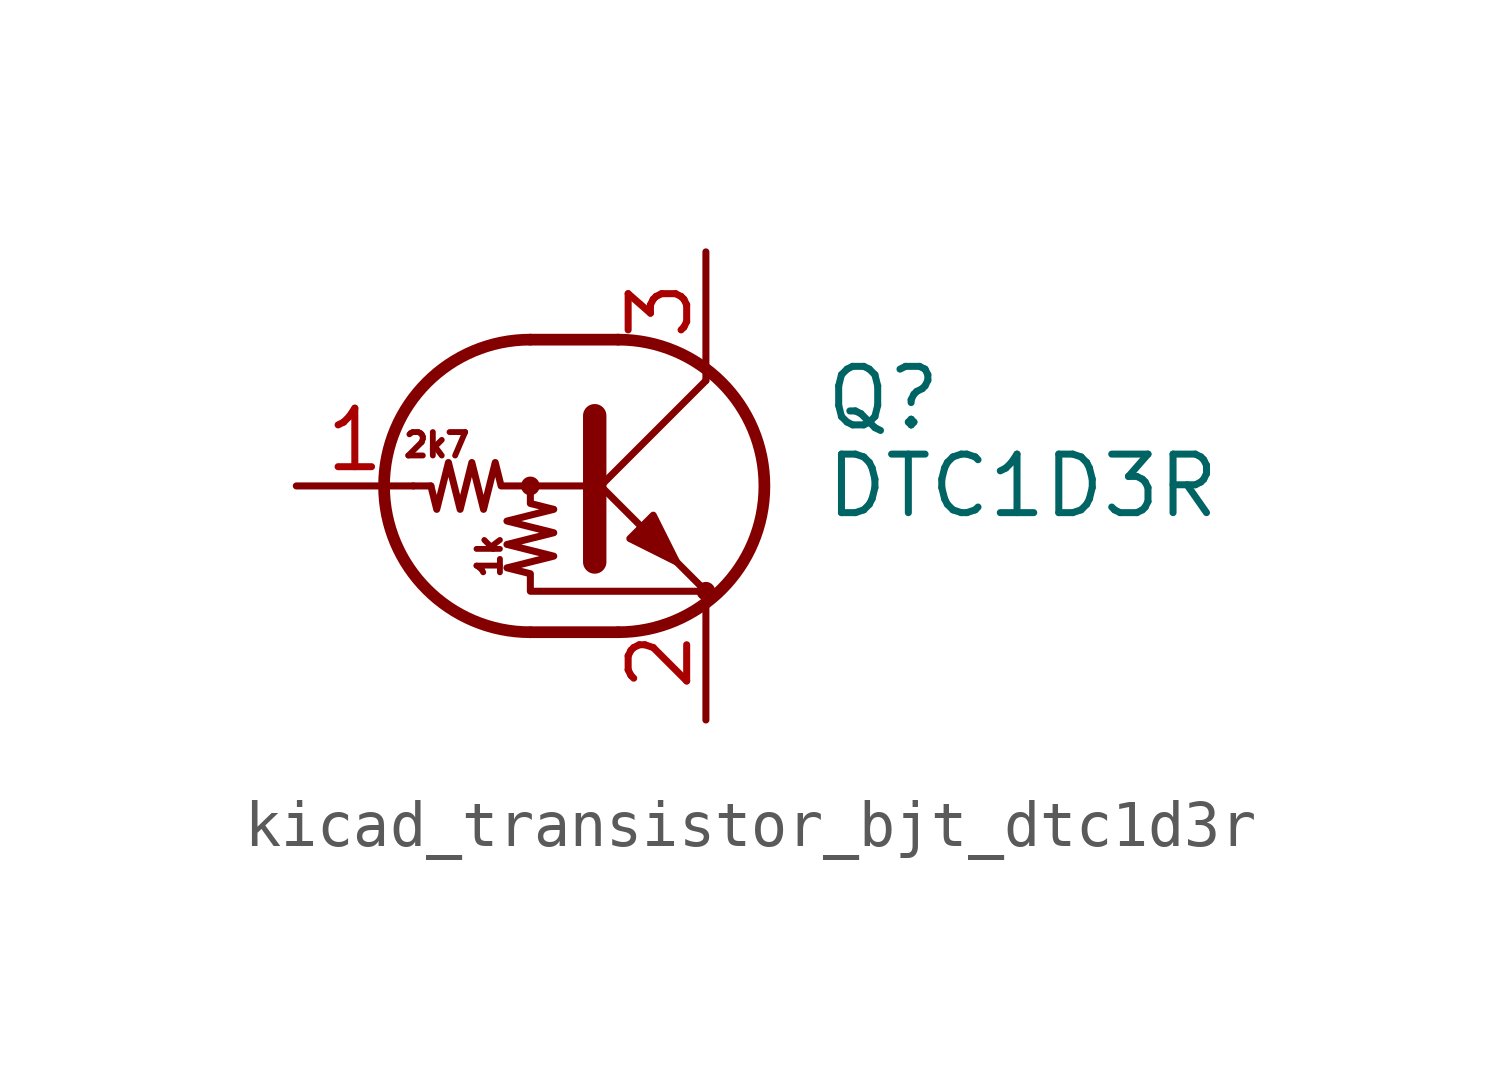
<source format=kicad_sym>
(kicad_symbol_lib
  (version 20220914)
  (generator kicad_symbol_editor)
  (symbol "kicad_transistor_bjt_dtc1d3r"
    (pin_names
      (offset 0) hide)
    (property "Reference" "Q"
      (at 5.08 1.905 0)
      (effects (font (size 1.27 1.27)) (justify left)))
    (property "Value" "DTC1D3R"
      (at 5.08 0 0)
      (effects (font (size 1.27 1.27)) (justify left)))
    (symbol "kicad_transistor_bjt_dtc1d3r_0_0"
      (text "1k" (at -2.159 -1.524 900) (effects (font (size 0.508 0.508))))
      (text "2k7" (at -3.302 0.889 0) (effects (font (size 0.508 0.508)))))
    (symbol "kicad_transistor_bjt_dtc1d3r_0_1"
      (circle (center -1.27 0) (radius 0.127) (stroke (width 0) (type default)) (fill (type none)))
      (arc (start -1.27 3.175) (mid -4.4312 0) (end -1.27 -3.175) (stroke (width 0.254) (type default)) (fill (type none)))
      (polyline (pts (xy -3.429 0) (xy -3.81 0)) (stroke (width 0) (type default)) (fill (type none)))
      (polyline (pts (xy -1.27 -3.175) (xy 0.635 -3.175)) (stroke (width 0.254) (type default)) (fill (type none)))
      (polyline (pts (xy -1.27 3.175) (xy 0.635 3.175)) (stroke (width 0.254) (type default)) (fill (type none)))
      (polyline (pts (xy 0 -0.254) (xy 2.54 2.286)) (stroke (width 0) (type default)) (fill (type none)))
      (polyline (pts (xy 0.127 1.524) (xy 0.127 -1.651)) (stroke (width 0.508) (type default)) (fill (type outline)))
      (polyline (pts (xy 2.54 2.286) (xy 2.54 2.54)) (stroke (width 0) (type default)) (fill (type none)))
      (polyline (pts (xy 2.54 -2.286) (xy 0 0.254) (xy 0 0.254)) (stroke (width 0) (type default)) (fill (type none)))
      (polyline (pts (xy 0.889 -1.143) (xy 1.397 -0.635) (xy 1.905 -1.651) (xy 0.889 -1.143)) (stroke (width 0) (type default)) (fill (type outline)))
      (polyline (pts (xy 0 0) (xy -1.905 0) (xy -2.032 0.508) (xy -2.286 -0.508) (xy -2.54 0.508) (xy -2.794 -0.508) (xy -3.048 0.508) (xy -3.302 -0.508) (xy -3.429 0)) (stroke (width 0) (type default)) (fill (type none)))
      (polyline (pts (xy -1.27 0) (xy -1.27 -0.381) (xy -0.762 -0.508) (xy -1.778 -0.762) (xy -0.762 -1.016) (xy -1.778 -1.27) (xy -0.762 -1.524) (xy -1.778 -1.778) (xy -1.27 -1.905) (xy -1.27 -2.286) (xy 2.54 -2.286)) (stroke (width 0) (type default)) (fill (type none)))
      (arc (start 0.635 -3.175) (mid 3.7962 0) (end 0.635 3.175) (stroke (width 0.254) (type default)) (fill (type none)))
      (circle (center 2.54 -2.286) (radius 0.127) (stroke (width 0) (type default)) (fill (type none))))
    (symbol "kicad_transistor_bjt_dtc1d3r_1_1"
      (pin input line (at -6.35 0 0) (length 2.54) (name "B" (effects (font (size 1.27 1.27)))) (number "1" (effects (font (size 1.27 1.27)))))
      (pin passive line (at 2.54 -5.08 90) (length 2.54) (name "E" (effects (font (size 1.27 1.27)))) (number "2" (effects (font (size 1.27 1.27)))))
      (pin passive line (at 2.54 5.08 270) (length 2.54) (name "C" (effects (font (size 1.27 1.27)))) (number "3" (effects (font (size 1.27 1.27))))))))
</source>
